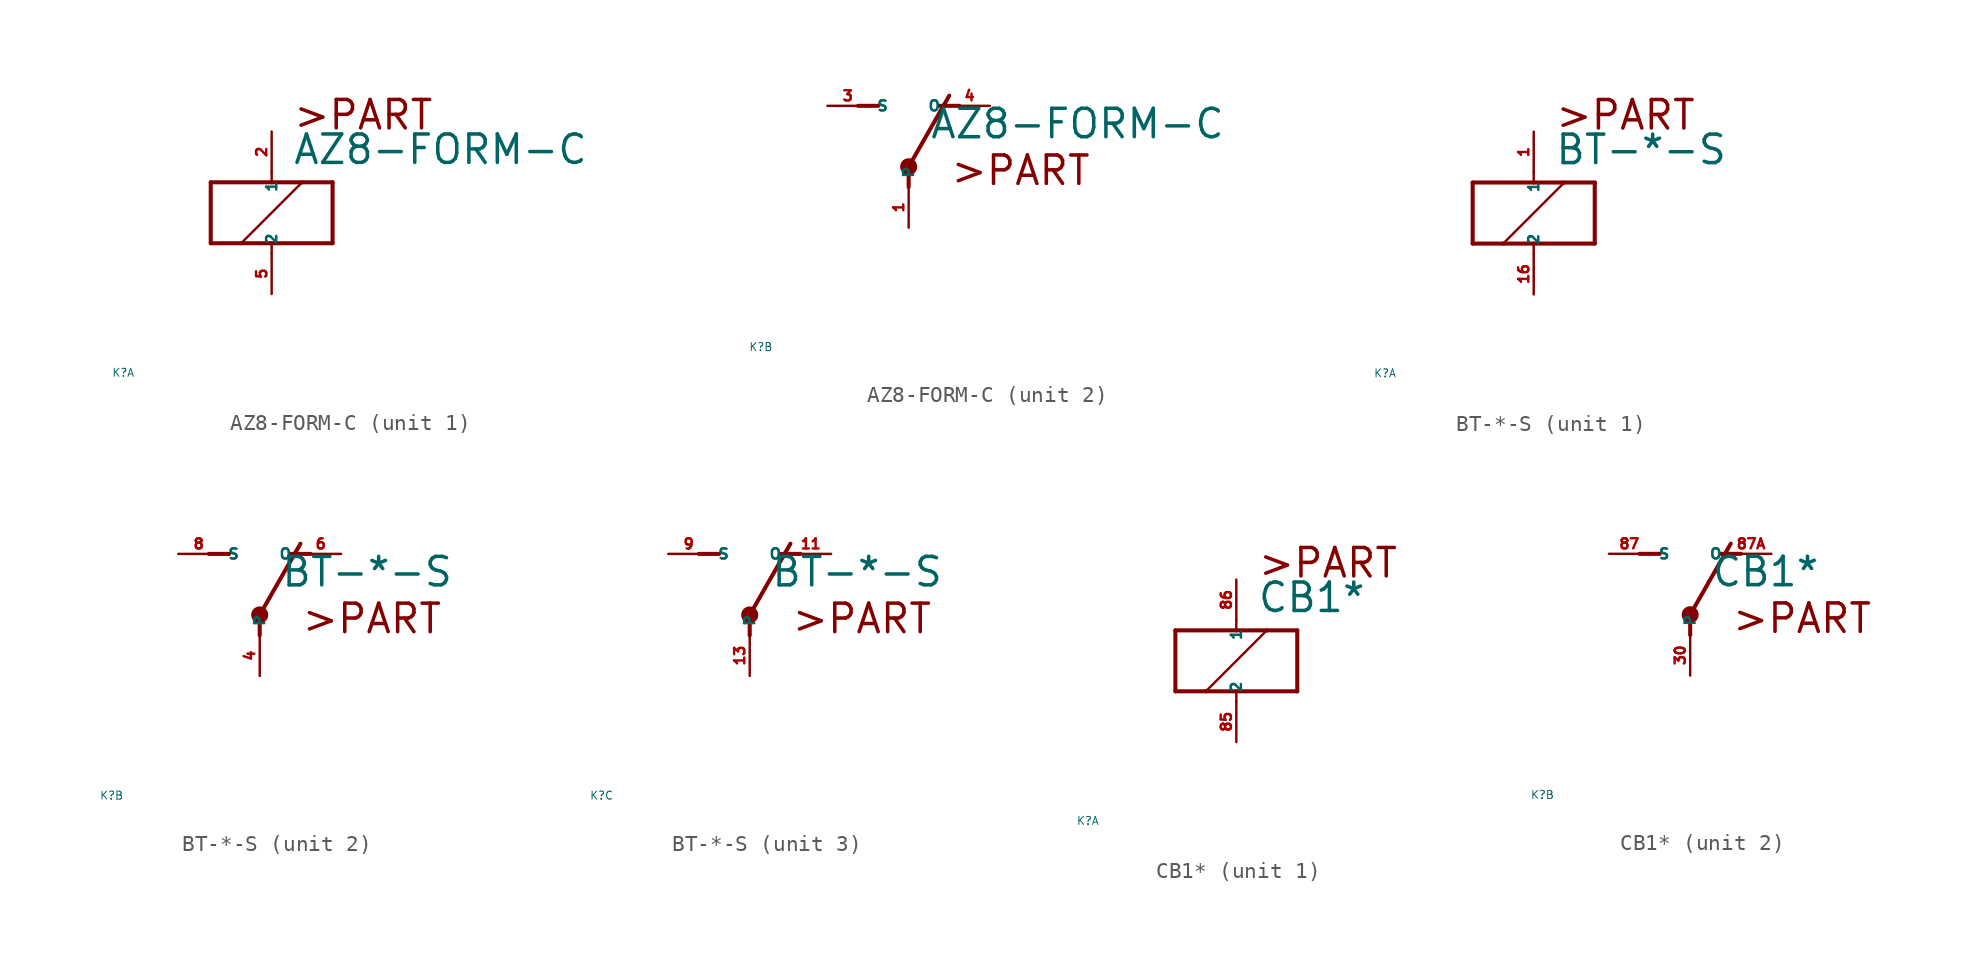
<source format=kicad_sym>
(kicad_symbol_lib
  (version 20220914)
  (generator Eagle2Kicad)
  (symbol "AZ8-FORM-C"
    (property "Reference" "K"
      (at -10 -10 0)
      (effects (font (size 0.5 0.5) (thickness 0.06)) (justify left)))
    (property "Value" "AZ8-FORM-C"
      (at 1.27 2.921 0)
      (effects (font (size 1.778 1.778) (thickness 0.22)) (justify left bottom)))
    (symbol "AZ8-FORM-C_1_0"
      (polyline (pts (xy -3.81 -1.905) (xy -1.905 -1.905)) (stroke (width 0.254) (type default)) (fill (type none)))
      (polyline (pts (xy 3.81 -1.905) (xy 3.81 1.905)) (stroke (width 0.254) (type default)) (fill (type none)))
      (polyline (pts (xy 3.81 1.905) (xy 1.905 1.905)) (stroke (width 0.254) (type default)) (fill (type none)))
      (polyline (pts (xy -3.81 1.905) (xy -3.81 -1.905)) (stroke (width 0.254) (type default)) (fill (type none)))
      (polyline (pts (xy 0 -2.54) (xy 0 -1.905)) (stroke (width 0.152) (type default)) (fill (type none)))
      (polyline (pts (xy 0 -1.905) (xy 3.81 -1.905)) (stroke (width 0.254) (type default)) (fill (type none)))
      (polyline (pts (xy 0 2.54) (xy 0 1.905)) (stroke (width 0.152) (type default)) (fill (type none)))
      (polyline (pts (xy 0 1.905) (xy -3.81 1.905)) (stroke (width 0.254) (type default)) (fill (type none)))
      (polyline (pts (xy -1.905 -1.905) (xy 1.905 1.905)) (stroke (width 0.152) (type default)) (fill (type none)))
      (polyline (pts (xy -1.905 -1.905) (xy 0 -1.905)) (stroke (width 0.254) (type default)) (fill (type none)))
      (polyline (pts (xy 1.905 1.905) (xy 0 1.905)) (stroke (width 0.254) (type default)) (fill (type none)))
      (text ">PART" (at 1.27 5.08 0) (effects (font (size 1.778 1.778) (thickness 0.22)) (justify left bottom)))
      (pin passive line (at 0 -5.08 90) (length 2.54) (name "2" (effects (font (size 0.635 0.635) (thickness 0.08)) (justify left bottom))) (number "5" (effects (font (size 0.635 0.635) (thickness 0.08)) (justify left bottom))))
      (pin passive line (at 0 5.08 270) (length 2.54) (name "1" (effects (font (size 0.635 0.635) (thickness 0.08)) (justify left bottom))) (number "2" (effects (font (size 0.635 0.635) (thickness 0.08)) (justify left bottom)))))
    (symbol "AZ8-FORM-C_2_0"
      (polyline (pts (xy 3.175 5.08) (xy 1.905 5.08)) (stroke (width 0.254) (type default)) (fill (type none)))
      (polyline (pts (xy -3.175 5.08) (xy -1.905 5.08)) (stroke (width 0.254) (type default)) (fill (type none)))
      (polyline (pts (xy 0 1.27) (xy 2.54 5.715)) (stroke (width 0.254) (type default)) (fill (type none)))
      (polyline (pts (xy 0 1.27) (xy 0 0)) (stroke (width 0.254) (type default)) (fill (type none)))
      (text ">PART" (at 2.54 0 0) (effects (font (size 1.778 1.778) (thickness 0.22)) (justify left bottom)))
      (circle (center 0 1.27) (radius 0.127) (stroke (width 0.406) (type default)) (fill (type none)))
      (pin passive line (at 5.08 5.08 180) (length 2.54) (name "O" (effects (font (size 0.635 0.635) (thickness 0.08)) (justify left bottom))) (number "4" (effects (font (size 0.635 0.635) (thickness 0.08)) (justify left bottom))))
      (pin passive line (at -5.08 5.08 0) (length 2.54) (name "S" (effects (font (size 0.635 0.635) (thickness 0.08)) (justify left bottom))) (number "3" (effects (font (size 0.635 0.635) (thickness 0.08)) (justify left bottom))))
      (pin passive line (at 0 -2.54 90) (length 2.54) (name "P" (effects (font (size 0.635 0.635) (thickness 0.08)) (justify left bottom))) (number "1" (effects (font (size 0.635 0.635) (thickness 0.08)) (justify left bottom))))))
  (symbol "BT-*-S"
    (property "Reference" "K"
      (at -10 -10 0)
      (effects (font (size 0.5 0.5) (thickness 0.06)) (justify left)))
    (property "Value" "BT-*-S"
      (at 1.27 2.921 0)
      (effects (font (size 1.778 1.778) (thickness 0.22)) (justify left bottom)))
    (symbol "BT-*-S_1_0"
      (polyline (pts (xy -3.81 -1.905) (xy -1.905 -1.905)) (stroke (width 0.254) (type default)) (fill (type none)))
      (polyline (pts (xy 3.81 -1.905) (xy 3.81 1.905)) (stroke (width 0.254) (type default)) (fill (type none)))
      (polyline (pts (xy 3.81 1.905) (xy 1.905 1.905)) (stroke (width 0.254) (type default)) (fill (type none)))
      (polyline (pts (xy -3.81 1.905) (xy -3.81 -1.905)) (stroke (width 0.254) (type default)) (fill (type none)))
      (polyline (pts (xy 0 -2.54) (xy 0 -1.905)) (stroke (width 0.152) (type default)) (fill (type none)))
      (polyline (pts (xy 0 -1.905) (xy 3.81 -1.905)) (stroke (width 0.254) (type default)) (fill (type none)))
      (polyline (pts (xy 0 2.54) (xy 0 1.905)) (stroke (width 0.152) (type default)) (fill (type none)))
      (polyline (pts (xy 0 1.905) (xy -3.81 1.905)) (stroke (width 0.254) (type default)) (fill (type none)))
      (polyline (pts (xy -1.905 -1.905) (xy 1.905 1.905)) (stroke (width 0.152) (type default)) (fill (type none)))
      (polyline (pts (xy -1.905 -1.905) (xy 0 -1.905)) (stroke (width 0.254) (type default)) (fill (type none)))
      (polyline (pts (xy 1.905 1.905) (xy 0 1.905)) (stroke (width 0.254) (type default)) (fill (type none)))
      (text ">PART" (at 1.27 5.08 0) (effects (font (size 1.778 1.778) (thickness 0.22)) (justify left bottom)))
      (pin passive line (at 0 -5.08 90) (length 2.54) (name "2" (effects (font (size 0.635 0.635) (thickness 0.08)) (justify left bottom))) (number "16" (effects (font (size 0.635 0.635) (thickness 0.08)) (justify left bottom))))
      (pin passive line (at 0 5.08 270) (length 2.54) (name "1" (effects (font (size 0.635 0.635) (thickness 0.08)) (justify left bottom))) (number "1" (effects (font (size 0.635 0.635) (thickness 0.08)) (justify left bottom)))))
    (symbol "BT-*-S_2_0"
      (polyline (pts (xy 3.175 5.08) (xy 1.905 5.08)) (stroke (width 0.254) (type default)) (fill (type none)))
      (polyline (pts (xy -3.175 5.08) (xy -1.905 5.08)) (stroke (width 0.254) (type default)) (fill (type none)))
      (polyline (pts (xy 0 1.27) (xy 2.54 5.715)) (stroke (width 0.254) (type default)) (fill (type none)))
      (polyline (pts (xy 0 1.27) (xy 0 0)) (stroke (width 0.254) (type default)) (fill (type none)))
      (text ">PART" (at 2.54 0 0) (effects (font (size 1.778 1.778) (thickness 0.22)) (justify left bottom)))
      (circle (center 0 1.27) (radius 0.127) (stroke (width 0.406) (type default)) (fill (type none)))
      (pin passive line (at 5.08 5.08 180) (length 2.54) (name "O" (effects (font (size 0.635 0.635) (thickness 0.08)) (justify left bottom))) (number "6" (effects (font (size 0.635 0.635) (thickness 0.08)) (justify left bottom))))
      (pin passive line (at -5.08 5.08 0) (length 2.54) (name "S" (effects (font (size 0.635 0.635) (thickness 0.08)) (justify left bottom))) (number "8" (effects (font (size 0.635 0.635) (thickness 0.08)) (justify left bottom))))
      (pin passive line (at 0 -2.54 90) (length 2.54) (name "P" (effects (font (size 0.635 0.635) (thickness 0.08)) (justify left bottom))) (number "4" (effects (font (size 0.635 0.635) (thickness 0.08)) (justify left bottom)))))
    (symbol "BT-*-S_3_0"
      (polyline (pts (xy 3.175 5.08) (xy 1.905 5.08)) (stroke (width 0.254) (type default)) (fill (type none)))
      (polyline (pts (xy -3.175 5.08) (xy -1.905 5.08)) (stroke (width 0.254) (type default)) (fill (type none)))
      (polyline (pts (xy 0 1.27) (xy 2.54 5.715)) (stroke (width 0.254) (type default)) (fill (type none)))
      (polyline (pts (xy 0 1.27) (xy 0 0)) (stroke (width 0.254) (type default)) (fill (type none)))
      (text ">PART" (at 2.54 0 0) (effects (font (size 1.778 1.778) (thickness 0.22)) (justify left bottom)))
      (circle (center 0 1.27) (radius 0.127) (stroke (width 0.406) (type default)) (fill (type none)))
      (pin passive line (at 5.08 5.08 180) (length 2.54) (name "O" (effects (font (size 0.635 0.635) (thickness 0.08)) (justify left bottom))) (number "11" (effects (font (size 0.635 0.635) (thickness 0.08)) (justify left bottom))))
      (pin passive line (at -5.08 5.08 0) (length 2.54) (name "S" (effects (font (size 0.635 0.635) (thickness 0.08)) (justify left bottom))) (number "9" (effects (font (size 0.635 0.635) (thickness 0.08)) (justify left bottom))))
      (pin passive line (at 0 -2.54 90) (length 2.54) (name "P" (effects (font (size 0.635 0.635) (thickness 0.08)) (justify left bottom))) (number "13" (effects (font (size 0.635 0.635) (thickness 0.08)) (justify left bottom))))))
  (symbol "CB1*"
    (property "Reference" "K"
      (at -10 -10 0)
      (effects (font (size 0.5 0.5) (thickness 0.06)) (justify left)))
    (property "Value" "CB1*"
      (at 1.27 2.921 0)
      (effects (font (size 1.778 1.778) (thickness 0.22)) (justify left bottom)))
    (symbol "CB1*_1_0"
      (polyline (pts (xy -3.81 -1.905) (xy -1.905 -1.905)) (stroke (width 0.254) (type default)) (fill (type none)))
      (polyline (pts (xy 3.81 -1.905) (xy 3.81 1.905)) (stroke (width 0.254) (type default)) (fill (type none)))
      (polyline (pts (xy 3.81 1.905) (xy 1.905 1.905)) (stroke (width 0.254) (type default)) (fill (type none)))
      (polyline (pts (xy -3.81 1.905) (xy -3.81 -1.905)) (stroke (width 0.254) (type default)) (fill (type none)))
      (polyline (pts (xy 0 -2.54) (xy 0 -1.905)) (stroke (width 0.152) (type default)) (fill (type none)))
      (polyline (pts (xy 0 -1.905) (xy 3.81 -1.905)) (stroke (width 0.254) (type default)) (fill (type none)))
      (polyline (pts (xy 0 2.54) (xy 0 1.905)) (stroke (width 0.152) (type default)) (fill (type none)))
      (polyline (pts (xy 0 1.905) (xy -3.81 1.905)) (stroke (width 0.254) (type default)) (fill (type none)))
      (polyline (pts (xy -1.905 -1.905) (xy 1.905 1.905)) (stroke (width 0.152) (type default)) (fill (type none)))
      (polyline (pts (xy -1.905 -1.905) (xy 0 -1.905)) (stroke (width 0.254) (type default)) (fill (type none)))
      (polyline (pts (xy 1.905 1.905) (xy 0 1.905)) (stroke (width 0.254) (type default)) (fill (type none)))
      (text ">PART" (at 1.27 5.08 0) (effects (font (size 1.778 1.778) (thickness 0.22)) (justify left bottom)))
      (pin passive line (at 0 -5.08 90) (length 2.54) (name "2" (effects (font (size 0.635 0.635) (thickness 0.08)) (justify left bottom))) (number "85" (effects (font (size 0.635 0.635) (thickness 0.08)) (justify left bottom))))
      (pin passive line (at 0 5.08 270) (length 2.54) (name "1" (effects (font (size 0.635 0.635) (thickness 0.08)) (justify left bottom))) (number "86" (effects (font (size 0.635 0.635) (thickness 0.08)) (justify left bottom)))))
    (symbol "CB1*_2_0"
      (polyline (pts (xy 3.175 5.08) (xy 1.905 5.08)) (stroke (width 0.254) (type default)) (fill (type none)))
      (polyline (pts (xy -3.175 5.08) (xy -1.905 5.08)) (stroke (width 0.254) (type default)) (fill (type none)))
      (polyline (pts (xy 0 1.27) (xy 2.54 5.715)) (stroke (width 0.254) (type default)) (fill (type none)))
      (polyline (pts (xy 0 1.27) (xy 0 0)) (stroke (width 0.254) (type default)) (fill (type none)))
      (text ">PART" (at 2.54 0 0) (effects (font (size 1.778 1.778) (thickness 0.22)) (justify left bottom)))
      (circle (center 0 1.27) (radius 0.127) (stroke (width 0.406) (type default)) (fill (type none)))
      (pin passive line (at 5.08 5.08 180) (length 2.54) (name "O" (effects (font (size 0.635 0.635) (thickness 0.08)) (justify left bottom))) (number "87A" (effects (font (size 0.635 0.635) (thickness 0.08)) (justify left bottom))))
      (pin passive line (at -5.08 5.08 0) (length 2.54) (name "S" (effects (font (size 0.635 0.635) (thickness 0.08)) (justify left bottom))) (number "87" (effects (font (size 0.635 0.635) (thickness 0.08)) (justify left bottom))))
      (pin passive line (at 0 -2.54 90) (length 2.54) (name "P" (effects (font (size 0.635 0.635) (thickness 0.08)) (justify left bottom))) (number "30" (effects (font (size 0.635 0.635) (thickness 0.08)) (justify left bottom)))))))
</source>
